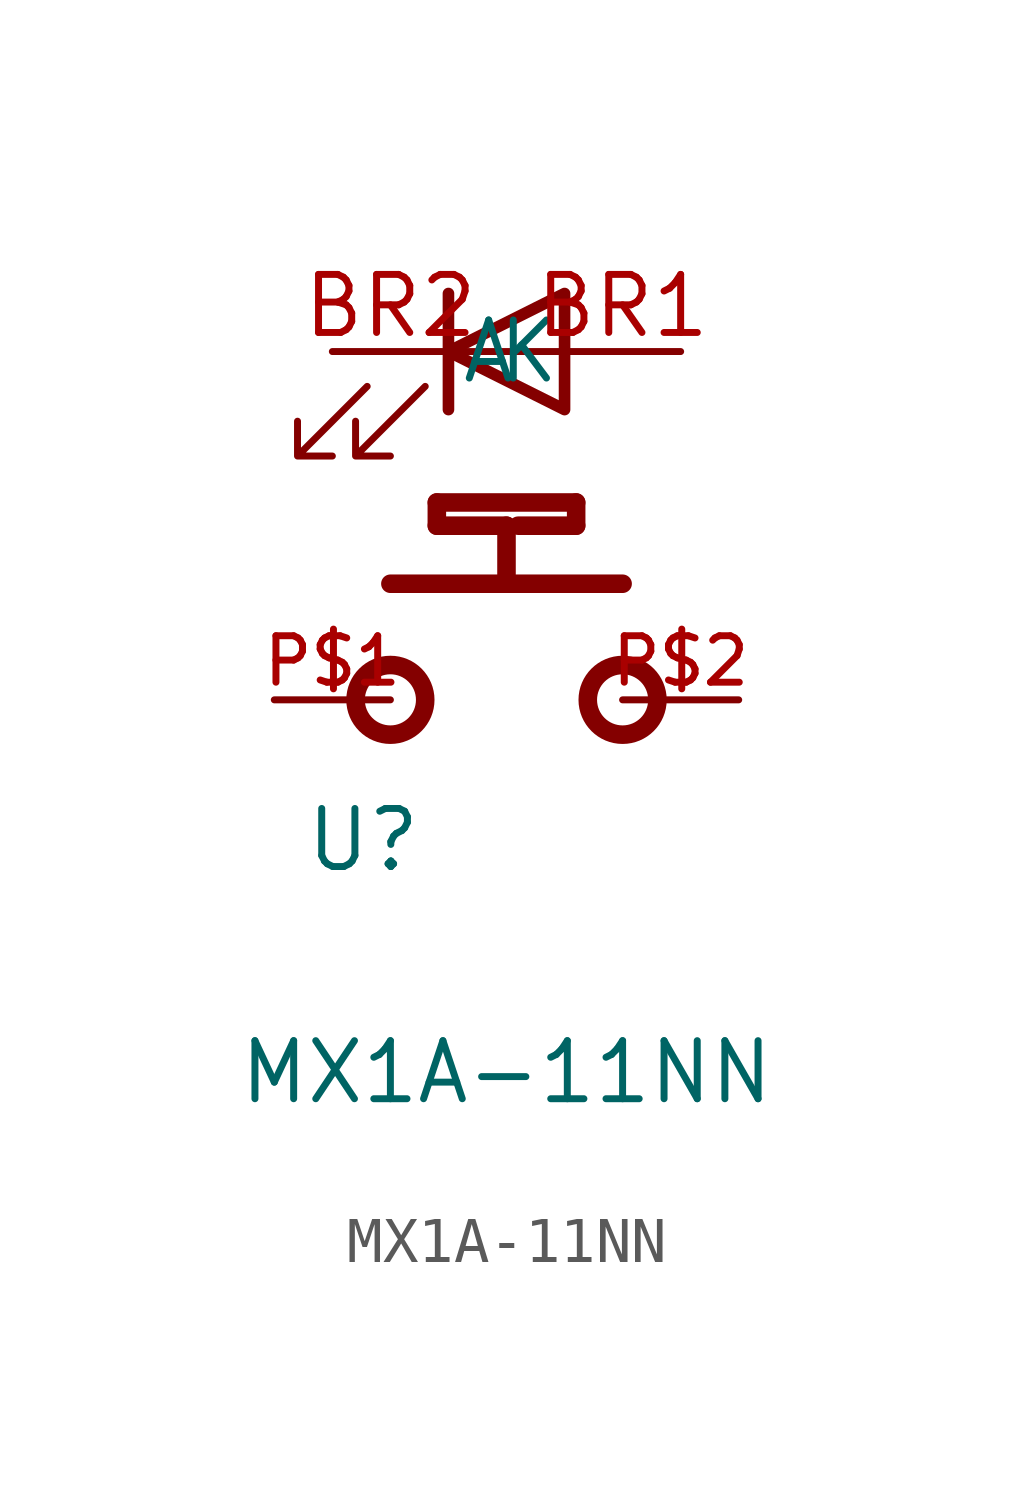
<source format=kicad_sym>
(kicad_symbol_lib
  (version 20211014)
  (generator kicad_symbol_editor)
  (symbol "MX1A-11NN"
    (pin_names
      (offset 1.016))
    (property "Reference" "U"
      (at -4.445 -3.81 0)
      (effects (font (size 1.27 1.27)) (justify left bottom)))
    (property "Value" "MX1A-11NN"
      (at 0 -8.89 0)
      (effects (font (size 1.27 1.27)) (justify bottom)))
    (symbol "MX1A-11NN_0_0"
      (circle (center -2.54 0) (radius 0.762) (stroke (width 0.406) (type default) (color 0 0 0 0)) (fill (type none)))
      (polyline (pts (xy -2.54 2.54) (xy 0 2.54)) (stroke (width 0.406) (type default) (color 0 0 0 0)) (fill (type none)))
      (polyline (pts (xy -1.524 3.81) (xy -1.524 4.318)) (stroke (width 0.406) (type default) (color 0 0 0 0)) (fill (type none)))
      (polyline (pts (xy -1.524 4.318) (xy 1.524 4.318)) (stroke (width 0.406) (type default) (color 0 0 0 0)) (fill (type none)))
      (polyline (pts (xy 0 2.54) (xy 0 3.81)) (stroke (width 0.406) (type default) (color 0 0 0 0)) (fill (type none)))
      (polyline (pts (xy 0 3.81) (xy -1.524 3.81)) (stroke (width 0.406) (type default) (color 0 0 0 0)) (fill (type none)))
      (polyline (pts (xy 1.524 3.81) (xy 0.254 3.81)) (stroke (width 0.406) (type default) (color 0 0 0 0)) (fill (type none)))
      (polyline (pts (xy 1.524 4.318) (xy 1.524 3.81)) (stroke (width 0.406) (type default) (color 0 0 0 0)) (fill (type none)))
      (polyline (pts (xy 2.54 2.54) (xy 0 2.54)) (stroke (width 0.406) (type default) (color 0 0 0 0)) (fill (type none)))
      (circle (center 2.54 0) (radius 0.762) (stroke (width 0.406) (type default) (color 0 0 0 0)) (fill (type none)))
      (pin passive line (at -5.08 0 0) (length 2.54) (name "~" (effects (font (size 1.016 1.016)))) (number "P$1" (effects (font (size 1.016 1.016)))))
      (pin passive line (at 5.08 0 180) (length 2.54) (name "~" (effects (font (size 1.016 1.016)))) (number "P$2" (effects (font (size 1.016 1.016))))))
    (symbol "MX1A-11NN_0_1"
      (polyline (pts (xy -1.27 6.35) (xy -1.27 8.89)) (stroke (width 0.254) (type default) (color 0 0 0 0)) (fill (type none)))
      (polyline (pts (xy -1.27 7.62) (xy 1.27 7.62)) (stroke (width 0) (type default) (color 0 0 0 0)) (fill (type none)))
      (polyline (pts (xy 1.27 6.35) (xy 1.27 8.89) (xy -1.27 7.62) (xy 1.27 6.35)) (stroke (width 0.254) (type default) (color 0 0 0 0)) (fill (type none)))
      (polyline (pts (xy -3.048 6.858) (xy -4.572 5.334) (xy -3.81 5.334) (xy -4.572 5.334) (xy -4.572 6.096)) (stroke (width 0) (type default) (color 0 0 0 0)) (fill (type none)))
      (polyline (pts (xy -1.778 6.858) (xy -3.302 5.334) (xy -2.54 5.334) (xy -3.302 5.334) (xy -3.302 6.096)) (stroke (width 0) (type default) (color 0 0 0 0)) (fill (type none))))
    (symbol "MX1A-11NN_1_1"
      (pin passive line (at 3.81 7.62 180) (length 2.54) (name "A" (effects (font (size 1.27 1.27)))) (number "BR1" (effects (font (size 1.27 1.27)))))
      (pin passive line (at -3.81 7.62 0) (length 2.54) (name "K" (effects (font (size 1.27 1.27)))) (number "BR2" (effects (font (size 1.27 1.27))))))))
</source>
